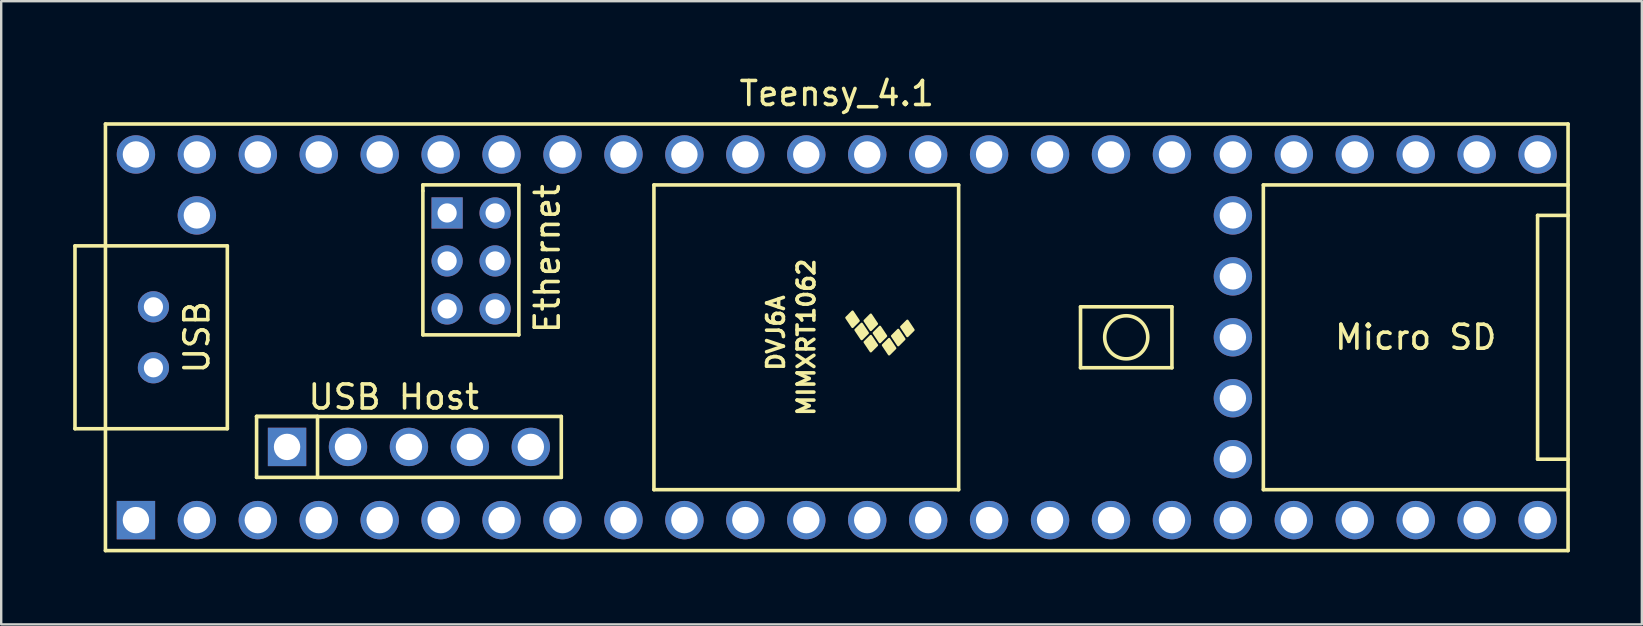
<source format=kicad_pcb>
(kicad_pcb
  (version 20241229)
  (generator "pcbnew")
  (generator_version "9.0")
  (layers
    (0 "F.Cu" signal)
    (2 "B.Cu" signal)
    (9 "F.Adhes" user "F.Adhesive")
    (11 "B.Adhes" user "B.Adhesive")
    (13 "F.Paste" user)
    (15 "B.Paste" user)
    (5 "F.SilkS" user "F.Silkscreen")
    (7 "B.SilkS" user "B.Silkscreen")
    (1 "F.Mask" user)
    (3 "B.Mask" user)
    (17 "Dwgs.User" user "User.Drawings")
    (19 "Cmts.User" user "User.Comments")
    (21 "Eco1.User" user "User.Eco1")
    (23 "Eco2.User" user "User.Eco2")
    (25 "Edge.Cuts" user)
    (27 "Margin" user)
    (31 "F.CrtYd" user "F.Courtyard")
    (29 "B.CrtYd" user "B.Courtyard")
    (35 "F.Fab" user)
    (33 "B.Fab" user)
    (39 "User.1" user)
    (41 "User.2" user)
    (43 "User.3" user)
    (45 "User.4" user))
  (footprint "Teensy_4.1"
    (layer "F.Cu")
    (at 31.825 11.008)
    (property "Reference" "Teensy_4.1" (at 0 -10.16 0) (layer "F.SilkS") (effects (font (size 1 1) (thickness 0.15))))
    (attr through_hole)
    (fp_line (start -31.75 -3.81) (end -30.48 -3.81) (stroke (width 0.15) (type solid)) (layer "F.SilkS"))
    (fp_line (start -31.75 3.81) (end -31.75 -3.81) (stroke (width 0.15) (type solid)) (layer "F.SilkS"))
    (fp_line (start -30.48 -8.89) (end 30.48 -8.89) (stroke (width 0.15) (type solid)) (layer "F.SilkS"))
    (fp_line (start -30.48 3.81) (end -31.75 3.81) (stroke (width 0.15) (type solid)) (layer "F.SilkS"))
    (fp_line (start -30.48 8.89) (end -30.48 -8.89) (stroke (width 0.15) (type solid)) (layer "F.SilkS"))
    (fp_line (start -25.4 -3.81) (end -30.48 -3.81) (stroke (width 0.15) (type solid)) (layer "F.SilkS"))
    (fp_line (start -25.4 3.81) (end -30.48 3.81) (stroke (width 0.15) (type solid)) (layer "F.SilkS"))
    (fp_line (start -25.4 3.81) (end -25.4 -3.81) (stroke (width 0.15) (type solid)) (layer "F.SilkS"))
    (fp_line (start -24.181 3.299) (end -21.641 3.299) (stroke (width 0.15) (type solid)) (layer "F.SilkS"))
    (fp_line (start -24.181 3.299) (end -11.481 3.299) (stroke (width 0.15) (type solid)) (layer "F.SilkS"))
    (fp_line (start -24.181 5.839) (end -24.181 3.299) (stroke (width 0.15) (type solid)) (layer "F.SilkS"))
    (fp_line (start -21.641 3.299) (end -21.641 5.839) (stroke (width 0.15) (type solid)) (layer "F.SilkS"))
    (fp_line (start -17.25 -6.352) (end -17.25 -6.102) (stroke (width 0.15) (type solid)) (layer "F.SilkS"))
    (fp_line (start -17.25 -6.102) (end -17.25 -0.102) (stroke (width 0.15) (type solid)) (layer "F.SilkS"))
    (fp_line (start -17.25 -0.102) (end -13.25 -0.102) (stroke (width 0.15) (type solid)) (layer "F.SilkS"))
    (fp_line (start -13.25 -6.352) (end -17.25 -6.352) (stroke (width 0.15) (type solid)) (layer "F.SilkS"))
    (fp_line (start -13.25 -0.102) (end -13.25 -6.352) (stroke (width 0.15) (type solid)) (layer "F.SilkS"))
    (fp_line (start -11.481 3.299) (end -11.481 5.839) (stroke (width 0.15) (type solid)) (layer "F.SilkS"))
    (fp_line (start -11.481 5.839) (end -24.181 5.839) (stroke (width 0.15) (type solid)) (layer "F.SilkS"))
    (fp_line (start -7.62 -6.35) (end -7.62 6.35) (stroke (width 0.15) (type solid)) (layer "F.SilkS"))
    (fp_line (start -7.62 6.35) (end 5.08 6.35) (stroke (width 0.15) (type solid)) (layer "F.SilkS"))
    (fp_line (start 5.08 -6.35) (end -7.62 -6.35) (stroke (width 0.15) (type solid)) (layer "F.SilkS"))
    (fp_line (start 5.08 6.35) (end 5.08 -6.35) (stroke (width 0.15) (type solid)) (layer "F.SilkS"))
    (fp_line (start 10.16 -1.27) (end 13.97 -1.27) (stroke (width 0.15) (type solid)) (layer "F.SilkS"))
    (fp_line (start 10.16 1.27) (end 10.16 -1.27) (stroke (width 0.15) (type solid)) (layer "F.SilkS"))
    (fp_line (start 13.97 -1.27) (end 13.97 1.27) (stroke (width 0.15) (type solid)) (layer "F.SilkS"))
    (fp_line (start 13.97 1.27) (end 10.16 1.27) (stroke (width 0.15) (type solid)) (layer "F.SilkS"))
    (fp_line (start 17.78 -6.35) (end 17.78 6.35) (stroke (width 0.15) (type solid)) (layer "F.SilkS"))
    (fp_line (start 17.78 6.35) (end 30.48 6.35) (stroke (width 0.15) (type solid)) (layer "F.SilkS"))
    (fp_line (start 29.21 -5.08) (end 29.21 5.08) (stroke (width 0.15) (type solid)) (layer "F.SilkS"))
    (fp_line (start 29.21 5.08) (end 30.48 5.08) (stroke (width 0.15) (type solid)) (layer "F.SilkS"))
    (fp_line (start 30.48 -8.89) (end 30.48 8.89) (stroke (width 0.15) (type solid)) (layer "F.SilkS"))
    (fp_line (start 30.48 -6.35) (end 17.78 -6.35) (stroke (width 0.15) (type solid)) (layer "F.SilkS"))
    (fp_line (start 30.48 -5.08) (end 29.21 -5.08) (stroke (width 0.15) (type solid)) (layer "F.SilkS"))
    (fp_line (start 30.48 8.89) (end -30.48 8.89) (stroke (width 0.15) (type solid)) (layer "F.SilkS"))
    (fp_circle (center 12.065 0) (end 12.7 -0.635) (stroke (width 0.15) (type solid)) (fill no) (layer "F.SilkS"))
    (fp_poly (pts (xy 0.911 -0.688) (xy 0.657 -0.434) (xy 0.403 -0.815) (xy 0.657 -1.069)) (stroke (width 0.1) (type solid)) (fill yes) (layer "F.SilkS"))
    (fp_poly (pts (xy 1.292 -0.18) (xy 1.038 0.074) (xy 0.784 -0.307) (xy 1.038 -0.561)) (stroke (width 0.1) (type solid)) (fill yes) (layer "F.SilkS"))
    (fp_poly (pts (xy 1.673 -0.561) (xy 1.419 -0.307) (xy 1.165 -0.688) (xy 1.419 -0.942)) (stroke (width 0.1) (type solid)) (fill yes) (layer "F.SilkS"))
    (fp_poly (pts (xy 1.673 0.328) (xy 1.419 0.582) (xy 1.165 0.201) (xy 1.419 -0.053)) (stroke (width 0.1) (type solid)) (fill yes) (layer "F.SilkS"))
    (fp_poly (pts (xy 2.054 -0.053) (xy 1.8 0.201) (xy 1.546 -0.18) (xy 1.8 -0.434)) (stroke (width 0.1) (type solid)) (fill yes) (layer "F.SilkS"))
    (fp_poly (pts (xy 2.435 0.455) (xy 2.181 0.709) (xy 1.927 0.328) (xy 2.181 0.074)) (stroke (width 0.1) (type solid)) (fill yes) (layer "F.SilkS"))
    (fp_poly (pts (xy 2.816 0.074) (xy 2.562 0.328) (xy 2.308 -0.053) (xy 2.562 -0.307)) (stroke (width 0.1) (type solid)) (fill yes) (layer "F.SilkS"))
    (fp_poly (pts (xy 3.197 -0.307) (xy 2.943 -0.053) (xy 2.689 -0.434) (xy 2.943 -0.688)) (stroke (width 0.1) (type solid)) (fill yes) (layer "F.SilkS"))
    (fp_text user "MIMXRT1062" (at -1.27 0 270) (layer "F.SilkS") (effects (font (size 0.7 0.7) (thickness 0.15))))
    (fp_text user "Ethernet" (at -12.065 -3.277 90) (layer "F.SilkS") (effects (font (size 1 1) (thickness 0.15))))
    (fp_text user "USB Host" (at -18.466 2.489 0) (layer "F.SilkS") (effects (font (size 1 1) (thickness 0.15))))
    (fp_text user "Micro SD" (at 24.13 0 0) (layer "F.SilkS") (effects (font (size 1 1) (thickness 0.15))))
    (fp_text user "USB" (at -26.67 0 270) (layer "F.SilkS") (effects (font (size 1 1) (thickness 0.15))))
    (fp_text user "DVJ6A" (at -2.54 -0.18 270) (layer "F.SilkS") (effects (font (size 0.7 0.7) (thickness 0.15))))
    (pad "1" thru_hole rect (at -29.21 7.62) (size 1.6 1.6) (drill 1.1) (layers "*.Cu" "*.Mask"))
    (pad "2" thru_hole circle (at -26.67 7.62) (size 1.6 1.6) (drill 1.1) (layers "*.Cu" "*.Mask"))
    (pad "3" thru_hole circle (at -24.13 7.62) (size 1.6 1.6) (drill 1.1) (layers "*.Cu" "*.Mask"))
    (pad "4" thru_hole circle (at -21.59 7.62) (size 1.6 1.6) (drill 1.1) (layers "*.Cu" "*.Mask"))
    (pad "5" thru_hole circle (at -19.05 7.62) (size 1.6 1.6) (drill 1.1) (layers "*.Cu" "*.Mask"))
    (pad "6" thru_hole circle (at -16.51 7.62) (size 1.6 1.6) (drill 1.1) (layers "*.Cu" "*.Mask"))
    (pad "7" thru_hole circle (at -13.97 7.62) (size 1.6 1.6) (drill 1.1) (layers "*.Cu" "*.Mask"))
    (pad "8" thru_hole circle (at -11.43 7.62) (size 1.6 1.6) (drill 1.1) (layers "*.Cu" "*.Mask"))
    (pad "9" thru_hole circle (at -8.89 7.62) (size 1.6 1.6) (drill 1.1) (layers "*.Cu" "*.Mask"))
    (pad "10" thru_hole circle (at -6.35 7.62) (size 1.6 1.6) (drill 1.1) (layers "*.Cu" "*.Mask"))
    (pad "11" thru_hole circle (at -3.81 7.62) (size 1.6 1.6) (drill 1.1) (layers "*.Cu" "*.Mask"))
    (pad "12" thru_hole circle (at -1.27 7.62) (size 1.6 1.6) (drill 1.1) (layers "*.Cu" "*.Mask"))
    (pad "13" thru_hole circle (at 1.27 7.62) (size 1.6 1.6) (drill 1.1) (layers "*.Cu" "*.Mask"))
    (pad "14" thru_hole circle (at 3.81 7.62) (size 1.6 1.6) (drill 1.1) (layers "*.Cu" "*.Mask"))
    (pad "15" thru_hole circle (at 6.35 7.62) (size 1.6 1.6) (drill 1.1) (layers "*.Cu" "*.Mask"))
    (pad "16" thru_hole circle (at 8.89 7.62) (size 1.6 1.6) (drill 1.1) (layers "*.Cu" "*.Mask"))
    (pad "17" thru_hole circle (at 11.43 7.62) (size 1.6 1.6) (drill 1.1) (layers "*.Cu" "*.Mask"))
    (pad "18" thru_hole circle (at 13.97 7.62) (size 1.6 1.6) (drill 1.1) (layers "*.Cu" "*.Mask"))
    (pad "19" thru_hole circle (at 16.51 7.62) (size 1.6 1.6) (drill 1.1) (layers "*.Cu" "*.Mask"))
    (pad "20" thru_hole circle (at 19.05 7.62) (size 1.6 1.6) (drill 1.1) (layers "*.Cu" "*.Mask"))
    (pad "21" thru_hole circle (at 21.59 7.62) (size 1.6 1.6) (drill 1.1) (layers "*.Cu" "*.Mask"))
    (pad "22" thru_hole circle (at 24.13 7.62) (size 1.6 1.6) (drill 1.1) (layers "*.Cu" "*.Mask"))
    (pad "23" thru_hole circle (at 26.67 7.62) (size 1.6 1.6) (drill 1.1) (layers "*.Cu" "*.Mask"))
    (pad "24" thru_hole circle (at 29.21 7.62) (size 1.6 1.6) (drill 1.1) (layers "*.Cu" "*.Mask"))
    (pad "25" thru_hole circle (at 29.21 -7.62) (size 1.6 1.6) (drill 1.1) (layers "*.Cu" "*.Mask"))
    (pad "26" thru_hole circle (at 26.67 -7.62) (size 1.6 1.6) (drill 1.1) (layers "*.Cu" "*.Mask"))
    (pad "27" thru_hole circle (at 24.13 -7.62) (size 1.6 1.6) (drill 1.1) (layers "*.Cu" "*.Mask"))
    (pad "28" thru_hole circle (at 21.59 -7.62) (size 1.6 1.6) (drill 1.1) (layers "*.Cu" "*.Mask"))
    (pad "29" thru_hole circle (at 19.05 -7.62) (size 1.6 1.6) (drill 1.1) (layers "*.Cu" "*.Mask"))
    (pad "30" thru_hole circle (at 16.51 -7.62) (size 1.6 1.6) (drill 1.1) (layers "*.Cu" "*.Mask"))
    (pad "31" thru_hole circle (at 13.97 -7.62) (size 1.6 1.6) (drill 1.1) (layers "*.Cu" "*.Mask"))
    (pad "32" thru_hole circle (at 11.43 -7.62) (size 1.6 1.6) (drill 1.1) (layers "*.Cu" "*.Mask"))
    (pad "33" thru_hole circle (at 8.89 -7.62) (size 1.6 1.6) (drill 1.1) (layers "*.Cu" "*.Mask"))
    (pad "34" thru_hole circle (at 6.35 -7.62) (size 1.6 1.6) (drill 1.1) (layers "*.Cu" "*.Mask"))
    (pad "35" thru_hole circle (at 3.81 -7.62) (size 1.6 1.6) (drill 1.1) (layers "*.Cu" "*.Mask"))
    (pad "36" thru_hole circle (at 1.27 -7.62) (size 1.6 1.6) (drill 1.1) (layers "*.Cu" "*.Mask"))
    (pad "37" thru_hole circle (at -1.27 -7.62) (size 1.6 1.6) (drill 1.1) (layers "*.Cu" "*.Mask"))
    (pad "38" thru_hole circle (at -3.81 -7.62) (size 1.6 1.6) (drill 1.1) (layers "*.Cu" "*.Mask"))
    (pad "39" thru_hole circle (at -6.35 -7.62) (size 1.6 1.6) (drill 1.1) (layers "*.Cu" "*.Mask"))
    (pad "40" thru_hole circle (at -8.89 -7.62) (size 1.6 1.6) (drill 1.1) (layers "*.Cu" "*.Mask"))
    (pad "41" thru_hole circle (at -11.43 -7.62) (size 1.6 1.6) (drill 1.1) (layers "*.Cu" "*.Mask"))
    (pad "42" thru_hole circle (at -13.97 -7.62) (size 1.6 1.6) (drill 1.1) (layers "*.Cu" "*.Mask"))
    (pad "43" thru_hole circle (at -16.51 -7.62) (size 1.6 1.6) (drill 1.1) (layers "*.Cu" "*.Mask"))
    (pad "44" thru_hole circle (at -19.05 -7.62) (size 1.6 1.6) (drill 1.1) (layers "*.Cu" "*.Mask"))
    (pad "45" thru_hole circle (at -21.59 -7.62) (size 1.6 1.6) (drill 1.1) (layers "*.Cu" "*.Mask"))
    (pad "46" thru_hole circle (at -24.13 -7.62) (size 1.6 1.6) (drill 1.1) (layers "*.Cu" "*.Mask"))
    (pad "47" thru_hole circle (at -26.67 -7.62) (size 1.6 1.6) (drill 1.1) (layers "*.Cu" "*.Mask"))
    (pad "48" thru_hole circle (at -29.21 -7.62) (size 1.6 1.6) (drill 1.1) (layers "*.Cu" "*.Mask"))
    (pad "49" thru_hole circle (at -26.67 -5.08) (size 1.6 1.6) (drill 1.1) (layers "*.Cu" "*.Mask"))
    (pad "50" thru_hole circle (at 16.51 5.08) (size 1.6 1.6) (drill 1.1) (layers "*.Cu" "*.Mask"))
    (pad "51" thru_hole circle (at 16.51 2.54) (size 1.6 1.6) (drill 1.1) (layers "*.Cu" "*.Mask"))
    (pad "52" thru_hole circle (at 16.51 0) (size 1.6 1.6) (drill 1.1) (layers "*.Cu" "*.Mask"))
    (pad "53" thru_hole circle (at 16.51 -2.54) (size 1.6 1.6) (drill 1.1) (layers "*.Cu" "*.Mask"))
    (pad "54" thru_hole circle (at 16.51 -5.08) (size 1.6 1.6) (drill 1.1) (layers "*.Cu" "*.Mask"))
    (pad "55" thru_hole rect (at -22.911 4.569) (size 1.6 1.6) (drill 1.1) (layers "*.Cu" "*.Mask"))
    (pad "56" thru_hole circle (at -20.371 4.569) (size 1.6 1.6) (drill 1.1) (layers "*.Cu" "*.Mask"))
    (pad "57" thru_hole circle (at -17.831 4.569) (size 1.6 1.6) (drill 1.1) (layers "*.Cu" "*.Mask"))
    (pad "58" thru_hole circle (at -15.291 4.569) (size 1.6 1.6) (drill 1.1) (layers "*.Cu" "*.Mask"))
    (pad "59" thru_hole circle (at -12.751 4.569) (size 1.6 1.6) (drill 1.1) (layers "*.Cu" "*.Mask"))
    (pad "60" thru_hole rect (at -16.24 -5.182) (size 1.3 1.3) (drill 0.8) (layers "*.Cu" "*.Mask"))
    (pad "61" thru_hole circle (at -16.24 -3.182) (size 1.3 1.3) (drill 0.8) (layers "*.Cu" "*.Mask"))
    (pad "62" thru_hole circle (at -16.24 -1.182) (size 1.3 1.3) (drill 0.8) (layers "*.Cu" "*.Mask"))
    (pad "63" thru_hole circle (at -14.24 -1.182) (size 1.3 1.3) (drill 0.8) (layers "*.Cu" "*.Mask"))
    (pad "64" thru_hole circle (at -14.24 -3.182) (size 1.3 1.3) (drill 0.8) (layers "*.Cu" "*.Mask"))
    (pad "65" thru_hole circle (at -14.24 -5.182) (size 1.3 1.3) (drill 0.8) (layers "*.Cu" "*.Mask"))
    (pad "66" thru_hole circle (at -28.48 -1.27) (size 1.3 1.3) (drill 0.8) (layers "*.Cu" "*.Mask"))
    (pad "67" thru_hole circle (at -28.48 1.27) (size 1.3 1.3) (drill 0.8) (layers "*.Cu" "*.Mask")))
  (gr_rect
    (start -3 -3)
    (end 65.38 22.973)
    (stroke (width 0.1) (type default))
    (fill no)
    (layer "Edge.Cuts")))
</source>
